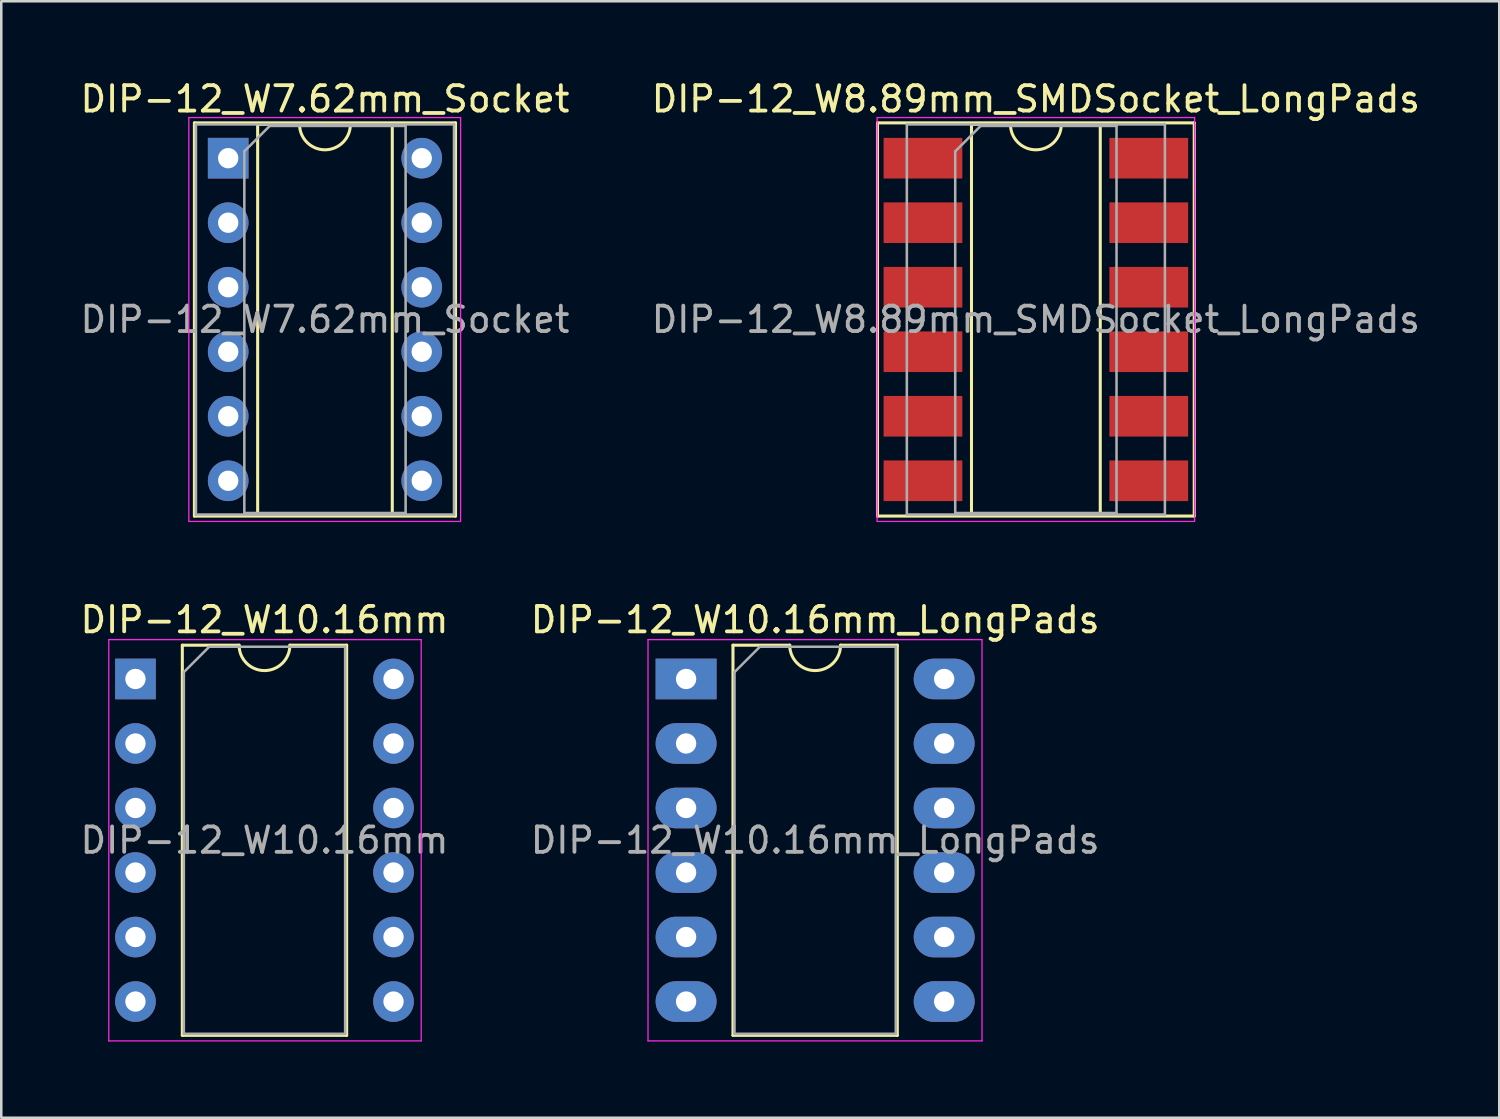
<source format=kicad_pcb>
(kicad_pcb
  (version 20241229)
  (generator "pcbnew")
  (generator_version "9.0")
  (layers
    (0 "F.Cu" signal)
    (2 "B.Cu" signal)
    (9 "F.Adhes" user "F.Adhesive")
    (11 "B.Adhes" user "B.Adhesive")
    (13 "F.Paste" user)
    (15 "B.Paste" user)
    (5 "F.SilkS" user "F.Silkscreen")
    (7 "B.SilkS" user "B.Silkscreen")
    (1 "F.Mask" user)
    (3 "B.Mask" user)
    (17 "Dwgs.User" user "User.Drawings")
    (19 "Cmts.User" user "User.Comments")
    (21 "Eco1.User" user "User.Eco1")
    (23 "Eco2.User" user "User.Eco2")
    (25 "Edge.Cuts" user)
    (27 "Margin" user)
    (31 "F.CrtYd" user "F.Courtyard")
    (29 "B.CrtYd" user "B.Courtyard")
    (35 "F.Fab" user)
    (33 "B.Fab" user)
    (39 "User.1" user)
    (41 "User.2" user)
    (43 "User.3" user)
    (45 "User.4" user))
  (footprint "DIP-12_W7.62mm_Socket"
    (layer "F.Cu")
    (at 5.934 3.178)
    (property "Reference" "DIP-12_W7.62mm_Socket" (at 3.81 -2.33 0) (layer "F.SilkS") (effects (font (size 1 1) (thickness 0.15))))
    (attr through_hole)
    (fp_line (start -1.33 -1.39) (end -1.33 14.09) (stroke (width 0.12) (type solid)) (layer "F.SilkS"))
    (fp_line (start -1.33 14.09) (end 8.95 14.09) (stroke (width 0.12) (type solid)) (layer "F.SilkS"))
    (fp_line (start 1.16 -1.33) (end 1.16 14.03) (stroke (width 0.12) (type solid)) (layer "F.SilkS"))
    (fp_line (start 1.16 14.03) (end 6.46 14.03) (stroke (width 0.12) (type solid)) (layer "F.SilkS"))
    (fp_line (start 2.81 -1.33) (end 1.16 -1.33) (stroke (width 0.12) (type solid)) (layer "F.SilkS"))
    (fp_line (start 6.46 -1.33) (end 4.81 -1.33) (stroke (width 0.12) (type solid)) (layer "F.SilkS"))
    (fp_line (start 6.46 14.03) (end 6.46 -1.33) (stroke (width 0.12) (type solid)) (layer "F.SilkS"))
    (fp_line (start 8.95 -1.39) (end -1.33 -1.39) (stroke (width 0.12) (type solid)) (layer "F.SilkS"))
    (fp_line (start 8.95 14.09) (end 8.95 -1.39) (stroke (width 0.12) (type solid)) (layer "F.SilkS"))
    (fp_arc (start 4.81 -1.33) (mid 3.81 -0.33) (end 2.81 -1.33) (stroke (width 0.12) (type solid)) (layer "F.SilkS"))
    (fp_line (start -1.55 -1.6) (end -1.55 14.3) (stroke (width 0.05) (type solid)) (layer "F.CrtYd"))
    (fp_line (start -1.55 14.3) (end 9.15 14.3) (stroke (width 0.05) (type solid)) (layer "F.CrtYd"))
    (fp_line (start 9.15 -1.6) (end -1.55 -1.6) (stroke (width 0.05) (type solid)) (layer "F.CrtYd"))
    (fp_line (start 9.15 14.3) (end 9.15 -1.6) (stroke (width 0.05) (type solid)) (layer "F.CrtYd"))
    (fp_line (start -1.27 -1.33) (end -1.27 14.03) (stroke (width 0.1) (type solid)) (layer "F.Fab"))
    (fp_line (start -1.27 14.03) (end 8.89 14.03) (stroke (width 0.1) (type solid)) (layer "F.Fab"))
    (fp_line (start 0.635 -0.27) (end 1.635 -1.27) (stroke (width 0.1) (type solid)) (layer "F.Fab"))
    (fp_line (start 0.635 13.97) (end 0.635 -0.27) (stroke (width 0.1) (type solid)) (layer "F.Fab"))
    (fp_line (start 1.635 -1.27) (end 6.985 -1.27) (stroke (width 0.1) (type solid)) (layer "F.Fab"))
    (fp_line (start 6.985 -1.27) (end 6.985 13.97) (stroke (width 0.1) (type solid)) (layer "F.Fab"))
    (fp_line (start 6.985 13.97) (end 0.635 13.97) (stroke (width 0.1) (type solid)) (layer "F.Fab"))
    (fp_line (start 8.89 -1.33) (end -1.27 -1.33) (stroke (width 0.1) (type solid)) (layer "F.Fab"))
    (fp_line (start 8.89 14.03) (end 8.89 -1.33) (stroke (width 0.1) (type solid)) (layer "F.Fab"))
    (fp_text user "${REFERENCE}" (at 3.81 6.35 0) (layer "F.Fab") (effects (font (size 1 1) (thickness 0.15))))
    (pad "1" thru_hole rect (at 0 0) (size 1.6 1.6) (drill 0.8) (layers "*.Cu" "*.Mask"))
    (pad "2" thru_hole oval (at 0 2.54) (size 1.6 1.6) (drill 0.8) (layers "*.Cu" "*.Mask"))
    (pad "3" thru_hole oval (at 0 5.08) (size 1.6 1.6) (drill 0.8) (layers "*.Cu" "*.Mask"))
    (pad "4" thru_hole oval (at 0 7.62) (size 1.6 1.6) (drill 0.8) (layers "*.Cu" "*.Mask"))
    (pad "5" thru_hole oval (at 0 10.16) (size 1.6 1.6) (drill 0.8) (layers "*.Cu" "*.Mask"))
    (pad "6" thru_hole oval (at 0 12.7) (size 1.6 1.6) (drill 0.8) (layers "*.Cu" "*.Mask"))
    (pad "7" thru_hole oval (at 7.62 12.7) (size 1.6 1.6) (drill 0.8) (layers "*.Cu" "*.Mask"))
    (pad "8" thru_hole oval (at 7.62 10.16) (size 1.6 1.6) (drill 0.8) (layers "*.Cu" "*.Mask"))
    (pad "9" thru_hole oval (at 7.62 7.62) (size 1.6 1.6) (drill 0.8) (layers "*.Cu" "*.Mask"))
    (pad "10" thru_hole oval (at 7.62 5.08) (size 1.6 1.6) (drill 0.8) (layers "*.Cu" "*.Mask"))
    (pad "11" thru_hole oval (at 7.62 2.54) (size 1.6 1.6) (drill 0.8) (layers "*.Cu" "*.Mask"))
    (pad "12" thru_hole oval (at 7.62 0) (size 1.6 1.6) (drill 0.8) (layers "*.Cu" "*.Mask")))
  (footprint "DIP-12_W8.89mm_SMDSocket_LongPads"
    (layer "F.Cu")
    (at 37.732 9.528)
    (property "Reference" "DIP-12_W8.89mm_SMDSocket_LongPads" (at 0 -8.68 0) (layer "F.SilkS") (effects (font (size 1 1) (thickness 0.15))))
    (attr smd)
    (fp_line (start -6.235 -7.74) (end -6.235 7.74) (stroke (width 0.12) (type solid)) (layer "F.SilkS"))
    (fp_line (start -6.235 7.74) (end 6.235 7.74) (stroke (width 0.12) (type solid)) (layer "F.SilkS"))
    (fp_line (start -2.535 -7.68) (end -2.535 7.68) (stroke (width 0.12) (type solid)) (layer "F.SilkS"))
    (fp_line (start -2.535 7.68) (end 2.535 7.68) (stroke (width 0.12) (type solid)) (layer "F.SilkS"))
    (fp_line (start -1 -7.68) (end -2.535 -7.68) (stroke (width 0.12) (type solid)) (layer "F.SilkS"))
    (fp_line (start 2.535 -7.68) (end 1 -7.68) (stroke (width 0.12) (type solid)) (layer "F.SilkS"))
    (fp_line (start 2.535 7.68) (end 2.535 -7.68) (stroke (width 0.12) (type solid)) (layer "F.SilkS"))
    (fp_line (start 6.235 -7.74) (end -6.235 -7.74) (stroke (width 0.12) (type solid)) (layer "F.SilkS"))
    (fp_line (start 6.235 7.74) (end 6.235 -7.74) (stroke (width 0.12) (type solid)) (layer "F.SilkS"))
    (fp_arc (start 1 -7.68) (mid 0 -6.68) (end -1 -7.68) (stroke (width 0.12) (type solid)) (layer "F.SilkS"))
    (fp_line (start -6.25 -7.95) (end -6.25 7.95) (stroke (width 0.05) (type solid)) (layer "F.CrtYd"))
    (fp_line (start -6.25 7.95) (end 6.25 7.95) (stroke (width 0.05) (type solid)) (layer "F.CrtYd"))
    (fp_line (start 6.25 -7.95) (end -6.25 -7.95) (stroke (width 0.05) (type solid)) (layer "F.CrtYd"))
    (fp_line (start 6.25 7.95) (end 6.25 -7.95) (stroke (width 0.05) (type solid)) (layer "F.CrtYd"))
    (fp_line (start -5.08 -7.68) (end -5.08 7.68) (stroke (width 0.1) (type solid)) (layer "F.Fab"))
    (fp_line (start -5.08 7.68) (end 5.08 7.68) (stroke (width 0.1) (type solid)) (layer "F.Fab"))
    (fp_line (start -3.175 -6.62) (end -2.175 -7.62) (stroke (width 0.1) (type solid)) (layer "F.Fab"))
    (fp_line (start -3.175 7.62) (end -3.175 -6.62) (stroke (width 0.1) (type solid)) (layer "F.Fab"))
    (fp_line (start -2.175 -7.62) (end 3.175 -7.62) (stroke (width 0.1) (type solid)) (layer "F.Fab"))
    (fp_line (start 3.175 -7.62) (end 3.175 7.62) (stroke (width 0.1) (type solid)) (layer "F.Fab"))
    (fp_line (start 3.175 7.62) (end -3.175 7.62) (stroke (width 0.1) (type solid)) (layer "F.Fab"))
    (fp_line (start 5.08 -7.68) (end -5.08 -7.68) (stroke (width 0.1) (type solid)) (layer "F.Fab"))
    (fp_line (start 5.08 7.68) (end 5.08 -7.68) (stroke (width 0.1) (type solid)) (layer "F.Fab"))
    (fp_text user "${REFERENCE}" (at 0 0 0) (layer "F.Fab") (effects (font (size 1 1) (thickness 0.15))))
    (pad "1" smd rect (at -4.445 -6.35) (size 3.1 1.6) (layers "F.Cu" "F.Mask" "F.Paste"))
    (pad "2" smd rect (at -4.445 -3.81) (size 3.1 1.6) (layers "F.Cu" "F.Mask" "F.Paste"))
    (pad "3" smd rect (at -4.445 -1.27) (size 3.1 1.6) (layers "F.Cu" "F.Mask" "F.Paste"))
    (pad "4" smd rect (at -4.445 1.27) (size 3.1 1.6) (layers "F.Cu" "F.Mask" "F.Paste"))
    (pad "5" smd rect (at -4.445 3.81) (size 3.1 1.6) (layers "F.Cu" "F.Mask" "F.Paste"))
    (pad "6" smd rect (at -4.445 6.35) (size 3.1 1.6) (layers "F.Cu" "F.Mask" "F.Paste"))
    (pad "7" smd rect (at 4.445 6.35) (size 3.1 1.6) (layers "F.Cu" "F.Mask" "F.Paste"))
    (pad "8" smd rect (at 4.445 3.81) (size 3.1 1.6) (layers "F.Cu" "F.Mask" "F.Paste"))
    (pad "9" smd rect (at 4.445 1.27) (size 3.1 1.6) (layers "F.Cu" "F.Mask" "F.Paste"))
    (pad "10" smd rect (at 4.445 -1.27) (size 3.1 1.6) (layers "F.Cu" "F.Mask" "F.Paste"))
    (pad "11" smd rect (at 4.445 -3.81) (size 3.1 1.6) (layers "F.Cu" "F.Mask" "F.Paste"))
    (pad "12" smd rect (at 4.445 -6.35) (size 3.1 1.6) (layers "F.Cu" "F.Mask" "F.Paste")))
  (footprint "DIP-12_W10.16mm"
    (layer "F.Cu")
    (at 2.283 23.681)
    (property "Reference" "DIP-12_W10.16mm" (at 5.08 -2.33 0) (layer "F.SilkS") (effects (font (size 1 1) (thickness 0.15))))
    (attr through_hole)
    (fp_line (start 1.845 -1.33) (end 1.845 14.03) (stroke (width 0.12) (type solid)) (layer "F.SilkS"))
    (fp_line (start 1.845 14.03) (end 8.315 14.03) (stroke (width 0.12) (type solid)) (layer "F.SilkS"))
    (fp_line (start 4.08 -1.33) (end 1.845 -1.33) (stroke (width 0.12) (type solid)) (layer "F.SilkS"))
    (fp_line (start 8.315 -1.33) (end 6.08 -1.33) (stroke (width 0.12) (type solid)) (layer "F.SilkS"))
    (fp_line (start 8.315 14.03) (end 8.315 -1.33) (stroke (width 0.12) (type solid)) (layer "F.SilkS"))
    (fp_arc (start 6.08 -1.33) (mid 5.08 -0.33) (end 4.08 -1.33) (stroke (width 0.12) (type solid)) (layer "F.SilkS"))
    (fp_line (start -1.05 -1.55) (end -1.05 14.25) (stroke (width 0.05) (type solid)) (layer "F.CrtYd"))
    (fp_line (start -1.05 14.25) (end 11.25 14.25) (stroke (width 0.05) (type solid)) (layer "F.CrtYd"))
    (fp_line (start 11.25 -1.55) (end -1.05 -1.55) (stroke (width 0.05) (type solid)) (layer "F.CrtYd"))
    (fp_line (start 11.25 14.25) (end 11.25 -1.55) (stroke (width 0.05) (type solid)) (layer "F.CrtYd"))
    (fp_line (start 1.905 -0.27) (end 2.905 -1.27) (stroke (width 0.1) (type solid)) (layer "F.Fab"))
    (fp_line (start 1.905 13.97) (end 1.905 -0.27) (stroke (width 0.1) (type solid)) (layer "F.Fab"))
    (fp_line (start 2.905 -1.27) (end 8.255 -1.27) (stroke (width 0.1) (type solid)) (layer "F.Fab"))
    (fp_line (start 8.255 -1.27) (end 8.255 13.97) (stroke (width 0.1) (type solid)) (layer "F.Fab"))
    (fp_line (start 8.255 13.97) (end 1.905 13.97) (stroke (width 0.1) (type solid)) (layer "F.Fab"))
    (fp_text user "${REFERENCE}" (at 5.08 6.35 0) (layer "F.Fab") (effects (font (size 1 1) (thickness 0.15))))
    (pad "1" thru_hole rect (at 0 0) (size 1.6 1.6) (drill 0.8) (layers "*.Cu" "*.Mask"))
    (pad "2" thru_hole oval (at 0 2.54) (size 1.6 1.6) (drill 0.8) (layers "*.Cu" "*.Mask"))
    (pad "3" thru_hole oval (at 0 5.08) (size 1.6 1.6) (drill 0.8) (layers "*.Cu" "*.Mask"))
    (pad "4" thru_hole oval (at 0 7.62) (size 1.6 1.6) (drill 0.8) (layers "*.Cu" "*.Mask"))
    (pad "5" thru_hole oval (at 0 10.16) (size 1.6 1.6) (drill 0.8) (layers "*.Cu" "*.Mask"))
    (pad "6" thru_hole oval (at 0 12.7) (size 1.6 1.6) (drill 0.8) (layers "*.Cu" "*.Mask"))
    (pad "7" thru_hole oval (at 10.16 12.7) (size 1.6 1.6) (drill 0.8) (layers "*.Cu" "*.Mask"))
    (pad "8" thru_hole oval (at 10.16 10.16) (size 1.6 1.6) (drill 0.8) (layers "*.Cu" "*.Mask"))
    (pad "9" thru_hole oval (at 10.16 7.62) (size 1.6 1.6) (drill 0.8) (layers "*.Cu" "*.Mask"))
    (pad "10" thru_hole oval (at 10.16 5.08) (size 1.6 1.6) (drill 0.8) (layers "*.Cu" "*.Mask"))
    (pad "11" thru_hole oval (at 10.16 2.54) (size 1.6 1.6) (drill 0.8) (layers "*.Cu" "*.Mask"))
    (pad "12" thru_hole oval (at 10.16 0) (size 1.6 1.6) (drill 0.8) (layers "*.Cu" "*.Mask")))
  (footprint "DIP-12_W10.16mm_LongPads"
    (layer "F.Cu")
    (at 23.962 23.681)
    (property "Reference" "DIP-12_W10.16mm_LongPads" (at 5.08 -2.33 0) (layer "F.SilkS") (effects (font (size 1 1) (thickness 0.15))))
    (attr through_hole)
    (fp_line (start 1.845 -1.33) (end 1.845 14.03) (stroke (width 0.12) (type solid)) (layer "F.SilkS"))
    (fp_line (start 1.845 14.03) (end 8.315 14.03) (stroke (width 0.12) (type solid)) (layer "F.SilkS"))
    (fp_line (start 4.08 -1.33) (end 1.845 -1.33) (stroke (width 0.12) (type solid)) (layer "F.SilkS"))
    (fp_line (start 8.315 -1.33) (end 6.08 -1.33) (stroke (width 0.12) (type solid)) (layer "F.SilkS"))
    (fp_line (start 8.315 14.03) (end 8.315 -1.33) (stroke (width 0.12) (type solid)) (layer "F.SilkS"))
    (fp_arc (start 6.08 -1.33) (mid 5.08 -0.33) (end 4.08 -1.33) (stroke (width 0.12) (type solid)) (layer "F.SilkS"))
    (fp_line (start -1.5 -1.55) (end -1.5 14.25) (stroke (width 0.05) (type solid)) (layer "F.CrtYd"))
    (fp_line (start -1.5 14.25) (end 11.65 14.25) (stroke (width 0.05) (type solid)) (layer "F.CrtYd"))
    (fp_line (start 11.65 -1.55) (end -1.5 -1.55) (stroke (width 0.05) (type solid)) (layer "F.CrtYd"))
    (fp_line (start 11.65 14.25) (end 11.65 -1.55) (stroke (width 0.05) (type solid)) (layer "F.CrtYd"))
    (fp_line (start 1.905 -0.27) (end 2.905 -1.27) (stroke (width 0.1) (type solid)) (layer "F.Fab"))
    (fp_line (start 1.905 13.97) (end 1.905 -0.27) (stroke (width 0.1) (type solid)) (layer "F.Fab"))
    (fp_line (start 2.905 -1.27) (end 8.255 -1.27) (stroke (width 0.1) (type solid)) (layer "F.Fab"))
    (fp_line (start 8.255 -1.27) (end 8.255 13.97) (stroke (width 0.1) (type solid)) (layer "F.Fab"))
    (fp_line (start 8.255 13.97) (end 1.905 13.97) (stroke (width 0.1) (type solid)) (layer "F.Fab"))
    (fp_text user "${REFERENCE}" (at 5.08 6.35 0) (layer "F.Fab") (effects (font (size 1 1) (thickness 0.15))))
    (pad "1" thru_hole rect (at 0 0) (size 2.4 1.6) (drill 0.8) (layers "*.Cu" "*.Mask"))
    (pad "2" thru_hole oval (at 0 2.54) (size 2.4 1.6) (drill 0.8) (layers "*.Cu" "*.Mask"))
    (pad "3" thru_hole oval (at 0 5.08) (size 2.4 1.6) (drill 0.8) (layers "*.Cu" "*.Mask"))
    (pad "4" thru_hole oval (at 0 7.62) (size 2.4 1.6) (drill 0.8) (layers "*.Cu" "*.Mask"))
    (pad "5" thru_hole oval (at 0 10.16) (size 2.4 1.6) (drill 0.8) (layers "*.Cu" "*.Mask"))
    (pad "6" thru_hole oval (at 0 12.7) (size 2.4 1.6) (drill 0.8) (layers "*.Cu" "*.Mask"))
    (pad "7" thru_hole oval (at 10.16 12.7) (size 2.4 1.6) (drill 0.8) (layers "*.Cu" "*.Mask"))
    (pad "8" thru_hole oval (at 10.16 10.16) (size 2.4 1.6) (drill 0.8) (layers "*.Cu" "*.Mask"))
    (pad "9" thru_hole oval (at 10.16 7.62) (size 2.4 1.6) (drill 0.8) (layers "*.Cu" "*.Mask"))
    (pad "10" thru_hole oval (at 10.16 5.08) (size 2.4 1.6) (drill 0.8) (layers "*.Cu" "*.Mask"))
    (pad "11" thru_hole oval (at 10.16 2.54) (size 2.4 1.6) (drill 0.8) (layers "*.Cu" "*.Mask"))
    (pad "12" thru_hole oval (at 10.16 0) (size 2.4 1.6) (drill 0.8) (layers "*.Cu" "*.Mask")))
  (gr_rect
    (start -3 -3)
    (end 55.976 40.956)
    (stroke (width 0.1) (type default))
    (fill no)
    (layer "Edge.Cuts")))
</source>
